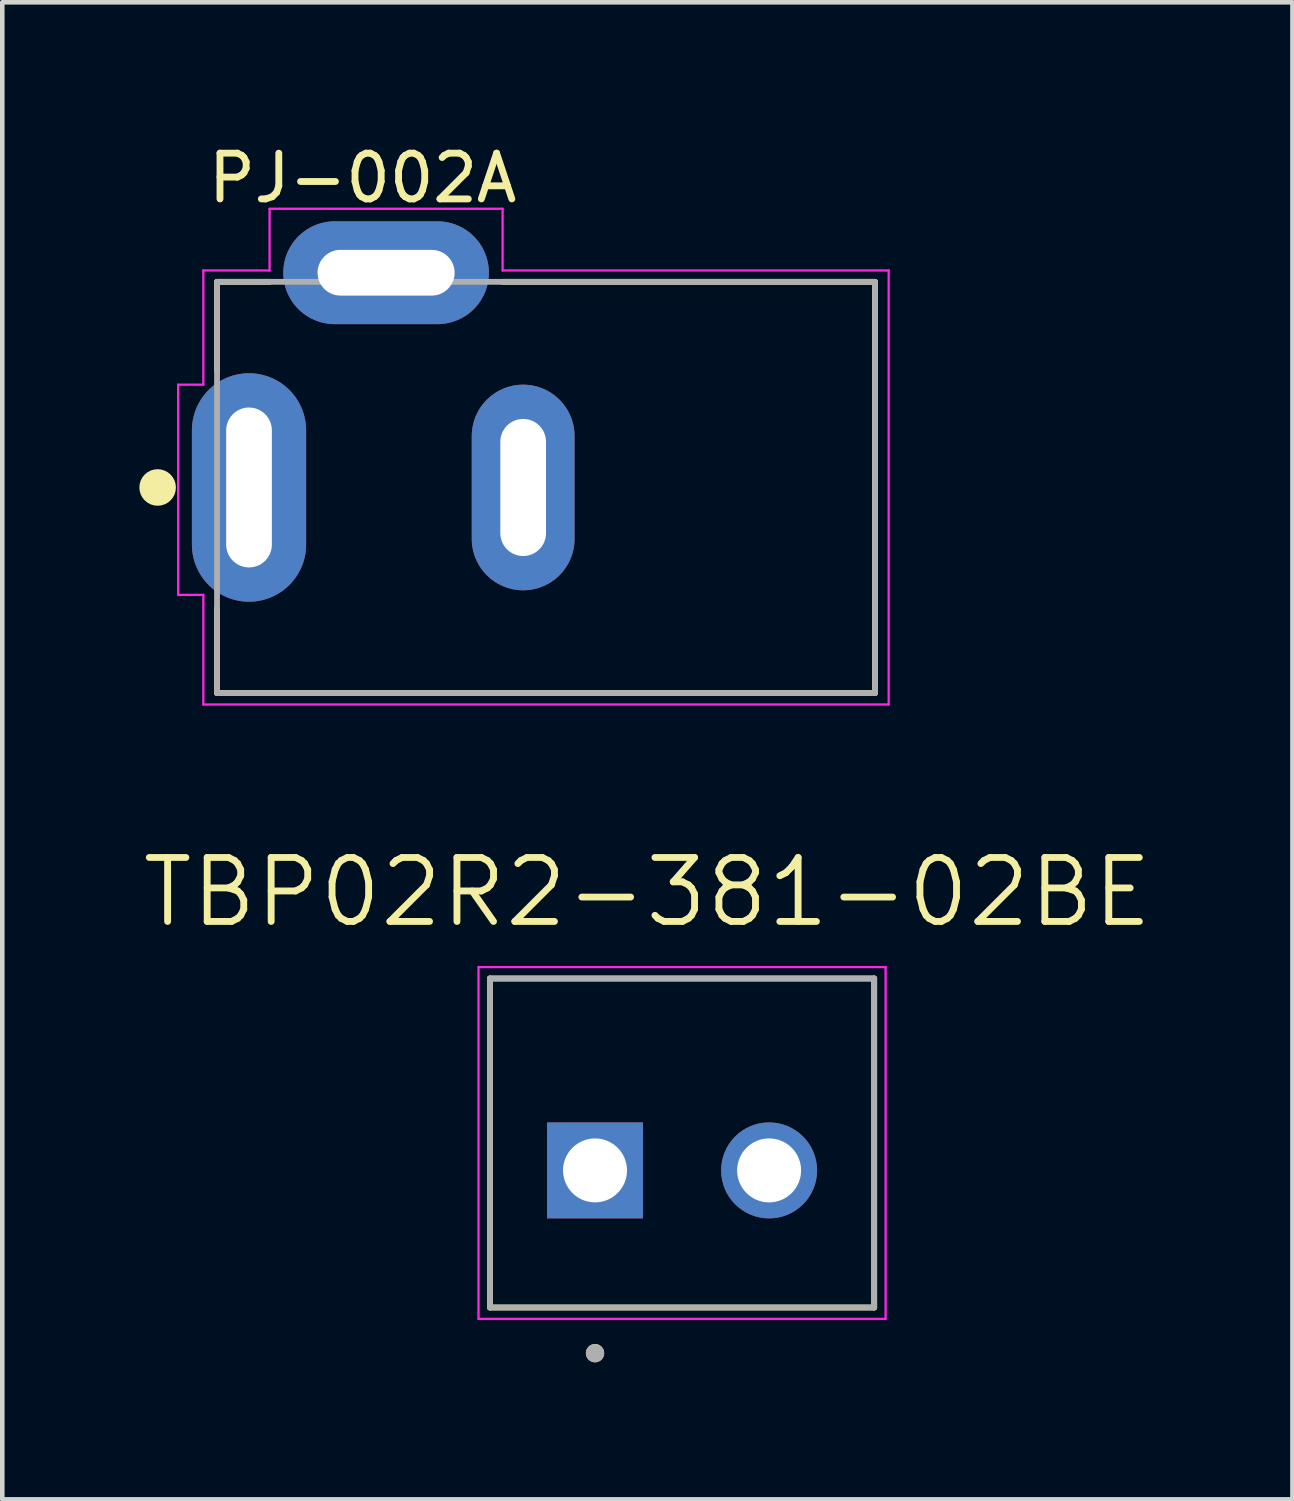
<source format=kicad_pcb>
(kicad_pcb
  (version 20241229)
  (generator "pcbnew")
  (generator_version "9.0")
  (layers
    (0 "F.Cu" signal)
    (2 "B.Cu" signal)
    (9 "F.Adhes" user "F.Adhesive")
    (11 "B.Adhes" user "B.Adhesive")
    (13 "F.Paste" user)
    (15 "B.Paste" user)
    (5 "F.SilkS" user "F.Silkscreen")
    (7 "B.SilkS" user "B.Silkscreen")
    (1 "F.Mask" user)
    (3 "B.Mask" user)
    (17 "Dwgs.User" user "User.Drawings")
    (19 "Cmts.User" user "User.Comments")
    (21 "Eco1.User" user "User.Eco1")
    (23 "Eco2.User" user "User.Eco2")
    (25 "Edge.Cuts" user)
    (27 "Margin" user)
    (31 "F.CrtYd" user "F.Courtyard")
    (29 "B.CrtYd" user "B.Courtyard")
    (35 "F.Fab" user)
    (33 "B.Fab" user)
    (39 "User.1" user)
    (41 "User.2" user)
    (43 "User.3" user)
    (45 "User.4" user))
  (footprint "PJ-002A"
    (layer "F.Cu")
    (at 2.4 7.619)
    (property "Reference" "PJ-002A" (at 2.487 -6.771 0) (layer "F.SilkS") (effects (font (size 1.001 1.001) (thickness 0.15))))
    (attr through_hole)
    (fp_line (start -0.7 -4.5) (end 0.45 -4.5) (stroke (width 0.127) (type solid)) (layer "F.SilkS"))
    (fp_line (start -0.7 -2.55) (end -0.7 -4.5) (stroke (width 0.127) (type solid)) (layer "F.SilkS"))
    (fp_line (start -0.7 4.5) (end -0.7 2.65) (stroke (width 0.127) (type solid)) (layer "F.SilkS"))
    (fp_line (start 5.55 -4.5) (end 13.7 -4.5) (stroke (width 0.127) (type solid)) (layer "F.SilkS"))
    (fp_line (start 13.7 -4.5) (end 13.7 4.5) (stroke (width 0.127) (type solid)) (layer "F.SilkS"))
    (fp_line (start 13.7 4.5) (end -0.7 4.5) (stroke (width 0.127) (type solid)) (layer "F.SilkS"))
    (fp_circle (center -2 0) (end -1.8 0) (stroke (width 0.4) (type solid)) (fill no) (layer "F.SilkS"))
    (fp_line (start -1.55 -2.25) (end -1.55 2.35) (stroke (width 0.05) (type solid)) (layer "F.CrtYd"))
    (fp_line (start -1.55 2.35) (end -1 2.35) (stroke (width 0.05) (type solid)) (layer "F.CrtYd"))
    (fp_line (start -1 -4.75) (end 0.45 -4.75) (stroke (width 0.05) (type solid)) (layer "F.CrtYd"))
    (fp_line (start -1 -2.25) (end -1.55 -2.25) (stroke (width 0.05) (type solid)) (layer "F.CrtYd"))
    (fp_line (start -1 -2.25) (end -1 -4.75) (stroke (width 0.05) (type solid)) (layer "F.CrtYd"))
    (fp_line (start -1 4.75) (end -1 2.35) (stroke (width 0.05) (type solid)) (layer "F.CrtYd"))
    (fp_line (start 0.45 -6.1) (end 5.55 -6.1) (stroke (width 0.05) (type solid)) (layer "F.CrtYd"))
    (fp_line (start 0.45 -4.75) (end 0.45 -6.1) (stroke (width 0.05) (type solid)) (layer "F.CrtYd"))
    (fp_line (start 5.55 -6.1) (end 5.55 -4.75) (stroke (width 0.05) (type solid)) (layer "F.CrtYd"))
    (fp_line (start 5.55 -4.75) (end 14 -4.75) (stroke (width 0.05) (type solid)) (layer "F.CrtYd"))
    (fp_line (start 14 -4.75) (end 14 4.75) (stroke (width 0.05) (type solid)) (layer "F.CrtYd"))
    (fp_line (start 14 4.75) (end -1 4.75) (stroke (width 0.05) (type solid)) (layer "F.CrtYd"))
    (fp_line (start -0.7 -4.5) (end 13.7 -4.5) (stroke (width 0.127) (type solid)) (layer "F.Fab"))
    (fp_line (start -0.7 4.5) (end -0.7 -4.5) (stroke (width 0.127) (type solid)) (layer "F.Fab"))
    (fp_line (start 13.7 -4.5) (end 13.7 4.5) (stroke (width 0.127) (type solid)) (layer "F.Fab"))
    (fp_line (start 13.7 4.5) (end -0.7 4.5) (stroke (width 0.127) (type solid)) (layer "F.Fab"))
    (pad "1" thru_hole oval (at 0 0) (size 2.5 5) (drill oval 1 3.5) (layers "*.Cu" "*.Mask"))
    (pad "2" thru_hole oval (at 6 0) (size 2.25 4.5) (drill oval 1 3) (layers "*.Cu" "*.Mask"))
    (pad "3" thru_hole oval (at 3 -4.7) (size 4.5 2.25) (drill oval 3 1) (layers "*.Cu" "*.Mask")))
  (footprint "TBP02R2-381-02BE"
    (layer "F.Cu")
    (at 9.973 22.566)
    (property "Reference" "TBP02R2-381-02BE" (at 1.145 -6.089 0) (layer "F.SilkS") (effects (font (size 1.4 1.4) (thickness 0.15))))
    (attr through_hole)
    (fp_line (start -2.3 -4.2) (end 6.11 -4.2) (stroke (width 0.127) (type solid)) (layer "F.SilkS"))
    (fp_line (start -2.3 3) (end -2.3 -4.2) (stroke (width 0.127) (type solid)) (layer "F.SilkS"))
    (fp_line (start 6.11 -4.2) (end 6.11 3) (stroke (width 0.127) (type solid)) (layer "F.SilkS"))
    (fp_line (start 6.11 3) (end -2.3 3) (stroke (width 0.127) (type solid)) (layer "F.SilkS"))
    (fp_circle (center 0 4) (end 0.1 4) (stroke (width 0.2) (type solid)) (fill no) (layer "F.SilkS"))
    (fp_line (start -2.55 -4.45) (end 6.36 -4.45) (stroke (width 0.05) (type solid)) (layer "F.CrtYd"))
    (fp_line (start -2.55 3.25) (end -2.55 -4.45) (stroke (width 0.05) (type solid)) (layer "F.CrtYd"))
    (fp_line (start 6.36 -4.45) (end 6.36 3.25) (stroke (width 0.05) (type solid)) (layer "F.CrtYd"))
    (fp_line (start 6.36 3.25) (end -2.55 3.25) (stroke (width 0.05) (type solid)) (layer "F.CrtYd"))
    (fp_line (start -2.3 -4.2) (end 6.11 -4.2) (stroke (width 0.127) (type solid)) (layer "F.Fab"))
    (fp_line (start -2.3 3) (end -2.3 -4.2) (stroke (width 0.127) (type solid)) (layer "F.Fab"))
    (fp_line (start 6.11 -4.2) (end 6.11 3) (stroke (width 0.127) (type solid)) (layer "F.Fab"))
    (fp_line (start 6.11 3) (end -2.3 3) (stroke (width 0.127) (type solid)) (layer "F.Fab"))
    (fp_circle (center 0 4) (end 0.1 4) (stroke (width 0.2) (type solid)) (fill no) (layer "F.Fab"))
    (pad "1" thru_hole rect (at 0 0) (size 2.1 2.1) (drill 1.4) (layers "*.Cu" "*.Mask"))
    (pad "2" thru_hole circle (at 3.81 0) (size 2.1 2.1) (drill 1.4) (layers "*.Cu" "*.Mask")))
  (gr_rect
    (start -3 -3)
    (end 25.237 29.766)
    (stroke (width 0.1) (type default))
    (fill no)
    (layer "Edge.Cuts")))
</source>
